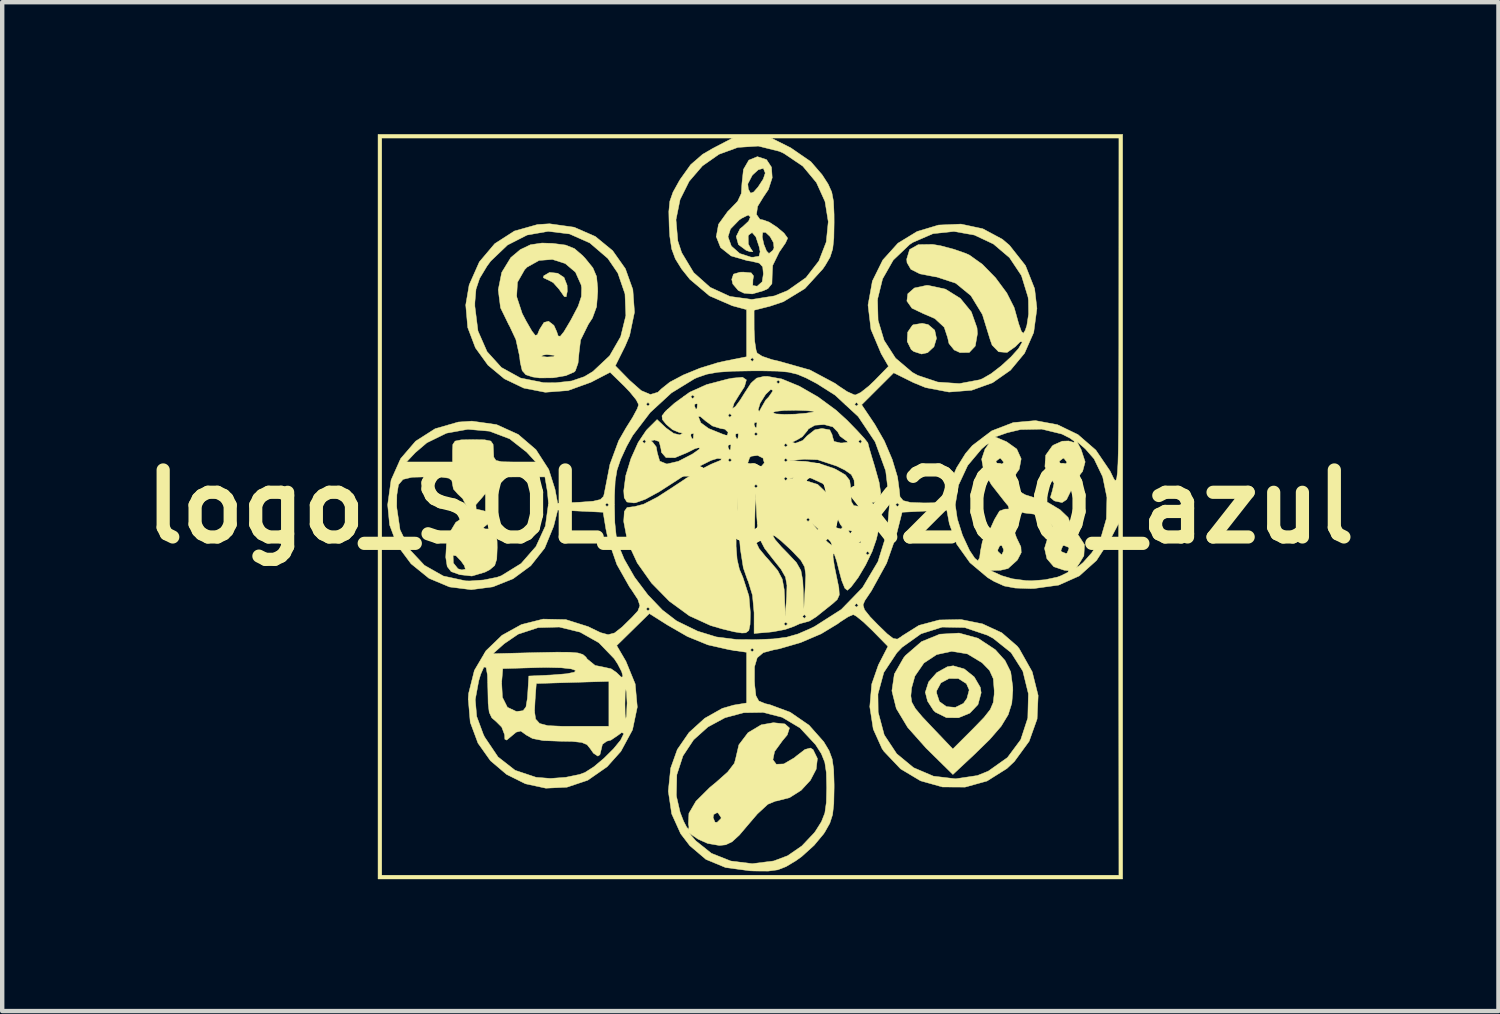
<source format=kicad_pcb>
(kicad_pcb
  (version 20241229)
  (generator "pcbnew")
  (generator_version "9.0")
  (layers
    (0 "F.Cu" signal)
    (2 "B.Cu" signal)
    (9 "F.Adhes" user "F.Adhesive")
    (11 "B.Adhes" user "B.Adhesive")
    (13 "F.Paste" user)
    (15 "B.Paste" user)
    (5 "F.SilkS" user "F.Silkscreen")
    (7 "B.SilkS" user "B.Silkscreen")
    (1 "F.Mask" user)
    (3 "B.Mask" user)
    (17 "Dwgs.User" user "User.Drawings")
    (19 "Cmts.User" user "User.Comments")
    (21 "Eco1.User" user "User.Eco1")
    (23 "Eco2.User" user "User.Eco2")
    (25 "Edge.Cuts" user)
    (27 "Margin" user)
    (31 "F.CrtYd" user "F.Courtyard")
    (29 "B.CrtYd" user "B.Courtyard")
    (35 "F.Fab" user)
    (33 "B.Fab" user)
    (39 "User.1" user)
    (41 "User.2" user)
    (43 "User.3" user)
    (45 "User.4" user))
  (footprint "logo_SOL_200x200_azul"
    (layer "F.Cu")
    (at 14.014 8.472)
    (property "Reference" "logo_SOL_200x200_azul" (at 0 0 0) (layer "F.SilkS") (effects (font (size 1.524 1.524) (thickness 0.3))))
    (attr through_hole)
    (fp_poly (pts (xy 4.043 -4.141) (xy 4.193 -4.013) (xy 4.233 -3.826) (xy 4.176 -3.637) (xy 4.032 -3.502) (xy 3.895 -3.471) (xy 3.717 -3.528) (xy 3.658 -3.573) (xy 3.567 -3.757) (xy 3.578 -3.968) (xy 3.685 -4.124) (xy 3.704 -4.136) (xy 3.907 -4.169) (xy 4.043 -4.141)) (stroke (width 0.01) (type solid)) (fill yes) (layer "F.SilkS"))
    (fp_poly (pts (xy -4.382 -5.308) (xy -4.237 -5.212) (xy -4.167 -5.033) (xy -4.163 -4.897) (xy -4.188 -4.773) (xy -4.231 -4.777) (xy -4.328 -4.914) (xy -4.341 -4.935) (xy -4.483 -5.095) (xy -4.617 -5.165) (xy -4.621 -5.165) (xy -4.707 -5.206) (xy -4.699 -5.249) (xy -4.566 -5.327) (xy -4.382 -5.308)) (stroke (width 0.01) (type solid)) (fill yes) (layer "F.SilkS"))
    (fp_poly (pts (xy 4.437 -4.947) (xy 4.776 -4.736) (xy 5.026 -4.43) (xy 5.155 -4.065) (xy 5.164 -3.933) (xy 5.115 -3.652) (xy 4.977 -3.505) (xy 4.766 -3.504) (xy 4.636 -3.563) (xy 4.517 -3.71) (xy 4.487 -3.843) (xy 4.409 -4.079) (xy 4.196 -4.277) (xy 3.931 -4.391) (xy 3.675 -4.513) (xy 3.56 -4.676) (xy 3.581 -4.842) (xy 3.731 -4.973) (xy 4.003 -5.031) (xy 4.047 -5.031) (xy 4.437 -4.947)) (stroke (width 0.01) (type solid)) (fill yes) (layer "F.SilkS"))
    (fp_poly (pts (xy 4.868 3.692) (xy 5.092 3.873) (xy 5.23 4.11) (xy 5.249 4.233) (xy 5.177 4.501) (xy 4.991 4.696) (xy 4.737 4.8) (xy 4.461 4.799) (xy 4.209 4.674) (xy 4.163 4.63) (xy 4.03 4.423) (xy 3.982 4.233) (xy 4.233 4.233) (xy 4.3 4.434) (xy 4.461 4.548) (xy 4.662 4.565) (xy 4.845 4.475) (xy 4.925 4.363) (xy 4.977 4.169) (xy 4.913 4.024) (xy 4.729 3.908) (xy 4.516 3.909) (xy 4.333 4.008) (xy 4.237 4.187) (xy 4.233 4.233) (xy 3.982 4.233) (xy 3.979 4.221) (xy 4.054 3.986) (xy 4.239 3.775) (xy 4.48 3.641) (xy 4.614 3.619) (xy 4.868 3.692)) (stroke (width 0.01) (type solid)) (fill yes) (layer "F.SilkS"))
    (fp_poly (pts (xy 5.178 2.993) (xy 5.571 3.253) (xy 5.792 3.499) (xy 5.921 3.758) (xy 5.968 4.106) (xy 5.969 4.182) (xy 5.946 4.471) (xy 5.864 4.731) (xy 5.704 4.994) (xy 5.446 5.292) (xy 5.08 5.649) (xy 4.606 6.091) (xy 3.997 5.492) (xy 3.578 5.021) (xy 3.319 4.59) (xy 3.247 4.303) (xy 3.65 4.303) (xy 3.671 4.445) (xy 3.752 4.591) (xy 3.912 4.782) (xy 4.112 4.994) (xy 4.605 5.511) (xy 5.075 5.041) (xy 5.315 4.793) (xy 5.456 4.613) (xy 5.524 4.454) (xy 5.545 4.269) (xy 5.546 4.183) (xy 5.525 3.913) (xy 5.439 3.724) (xy 5.269 3.549) (xy 4.935 3.348) (xy 4.58 3.29) (xy 4.238 3.364) (xy 3.947 3.556) (xy 3.742 3.854) (xy 3.667 4.123) (xy 3.65 4.303) (xy 3.247 4.303) (xy 3.219 4.188) (xy 3.275 3.807) (xy 3.486 3.437) (xy 3.527 3.386) (xy 3.892 3.07) (xy 4.308 2.9) (xy 4.747 2.875) (xy 5.178 2.993)) (stroke (width 0.01) (type solid)) (fill yes) (layer "F.SilkS"))
    (fp_poly (pts (xy -4.495 -5.987) (xy -4.201 -5.949) (xy -3.999 -5.868) (xy -3.812 -5.707) (xy -3.754 -5.645) (xy -3.581 -5.431) (xy -3.497 -5.234) (xy -3.472 -4.97) (xy -3.471 -4.886) (xy -3.497 -4.547) (xy -3.591 -4.289) (xy -3.683 -4.149) (xy -3.861 -3.788) (xy -3.895 -3.508) (xy -3.918 -3.265) (xy -3.978 -3.093) (xy -4 -3.066) (xy -4.196 -2.979) (xy -4.485 -2.93) (xy -4.796 -2.927) (xy -4.953 -2.95) (xy -5.106 -3) (xy -5.189 -3.094) (xy -5.233 -3.282) (xy -5.248 -3.418) (xy -4.753 -3.418) (xy -4.641 -3.404) (xy -4.614 -3.403) (xy -4.47 -3.412) (xy -4.457 -3.439) (xy -4.465 -3.442) (xy -4.633 -3.459) (xy -4.719 -3.445) (xy -4.753 -3.418) (xy -5.248 -3.418) (xy -5.25 -3.43) (xy -5.332 -3.801) (xy -5.48 -4.116) (xy -5.491 -4.132) (xy -5.681 -4.522) (xy -5.714 -4.778) (xy -5.315 -4.778) (xy -5.189 -4.394) (xy -5.101 -4.225) (xy -4.968 -3.994) (xy -4.891 -3.895) (xy -4.843 -3.91) (xy -4.798 -4.022) (xy -4.796 -4.027) (xy -4.693 -4.189) (xy -4.588 -4.216) (xy -4.467 -4.122) (xy -4.403 -3.98) (xy -4.37 -3.881) (xy -4.322 -3.875) (xy -4.239 -3.979) (xy -4.1 -4.212) (xy -4.073 -4.26) (xy -3.915 -4.561) (xy -3.842 -4.781) (xy -3.837 -4.977) (xy -3.848 -5.043) (xy -3.977 -5.332) (xy -4.21 -5.529) (xy -4.501 -5.622) (xy -4.805 -5.599) (xy -5.077 -5.447) (xy -5.133 -5.389) (xy -5.296 -5.103) (xy -5.315 -4.778) (xy -5.714 -4.778) (xy -5.733 -4.933) (xy -5.654 -5.327) (xy -5.448 -5.664) (xy -5.233 -5.845) (xy -5.001 -5.956) (xy -4.738 -5.995) (xy -4.495 -5.987)) (stroke (width 0.01) (type solid)) (fill yes) (layer "F.SilkS"))
    (fp_poly (pts (xy 0.368 -7.892) (xy 0.481 -7.719) (xy 0.497 -7.479) (xy 0.41 -7.212) (xy 0.296 -7.042) (xy 0.165 -6.828) (xy 0.139 -6.645) (xy 0.217 -6.535) (xy 0.294 -6.519) (xy 0.428 -6.471) (xy 0.606 -6.355) (xy 0.766 -6.22) (xy 0.845 -6.111) (xy 0.847 -6.101) (xy 0.799 -5.996) (xy 0.681 -5.824) (xy 0.66 -5.796) (xy 0.508 -5.485) (xy 0.497 -5.277) (xy 0.491 -5.071) (xy 0.4 -4.959) (xy 0.297 -4.911) (xy 0.044 -4.838) (xy -0.145 -4.855) (xy -0.275 -4.917) (xy -0.399 -5.064) (xy -0.423 -5.169) (xy -0.383 -5.288) (xy -0.235 -5.332) (xy -0.159 -5.334) (xy 0.02 -5.317) (xy 0.073 -5.246) (xy 0.059 -5.16) (xy 0.055 -5.029) (xy 0.155 -5.013) (xy 0.269 -5.114) (xy 0.296 -5.293) (xy 0.281 -5.453) (xy 0.205 -5.537) (xy 0.02 -5.582) (xy -0.067 -5.594) (xy -0.438 -5.702) (xy -0.677 -5.892) (xy -0.774 -6.137) (xy -0.508 -6.137) (xy -0.432 -5.926) (xy -0.241 -5.757) (xy 0.013 -5.675) (xy 0.063 -5.673) (xy 0.197 -5.695) (xy 0.223 -5.797) (xy 0.202 -5.905) (xy 0.126 -6.134) (xy 0.27 -6.134) (xy 0.307 -5.966) (xy 0.368 -5.814) (xy 0.423 -5.757) (xy 0.508 -5.824) (xy 0.538 -5.882) (xy 0.526 -6.004) (xy 0.448 -6.143) (xy 0.349 -6.237) (xy 0.282 -6.237) (xy 0.27 -6.134) (xy 0.126 -6.134) (xy 0.124 -6.138) (xy 0.04 -6.234) (xy -0.037 -6.179) (xy -0.049 -6.151) (xy -0.046 -5.972) (xy 0.002 -5.882) (xy 0.058 -5.797) (xy -0.009 -5.799) (xy -0.094 -5.828) (xy -0.271 -5.96) (xy -0.321 -6.143) (xy -0.235 -6.319) (xy -0.175 -6.366) (xy -0.039 -6.493) (xy 0 -6.588) (xy -0.047 -6.633) (xy -0.196 -6.559) (xy -0.254 -6.519) (xy -0.452 -6.315) (xy -0.508 -6.137) (xy -0.774 -6.137) (xy -0.775 -6.14) (xy -0.724 -6.422) (xy -0.514 -6.713) (xy -0.481 -6.744) (xy -0.289 -6.944) (xy -0.205 -7.123) (xy -0.192 -7.34) (xy -0.058 -7.34) (xy -0.046 -7.221) (xy 0.006 -7.129) (xy 0.076 -7.156) (xy 0.176 -7.27) (xy 0.293 -7.45) (xy 0.339 -7.587) (xy 0.296 -7.694) (xy 0.179 -7.661) (xy 0.045 -7.538) (xy -0.058 -7.34) (xy -0.192 -7.34) (xy -0.191 -7.353) (xy -0.191 -7.354) (xy -0.157 -7.669) (xy -0.035 -7.88) (xy 0.158 -7.959) (xy 0.163 -7.959) (xy 0.368 -7.892)) (stroke (width 0.01) (type solid)) (fill yes) (layer "F.SilkS"))
    (fp_poly (pts (xy 0.715 -2.904) (xy 1.113 -2.74) (xy 1.538 -2.496) (xy 1.948 -2.195) (xy 2.201 -1.964) (xy 2.422 -1.737) (xy 2.588 -1.557) (xy 2.669 -1.455) (xy 2.673 -1.447) (xy 2.699 -1.345) (xy 2.761 -1.133) (xy 2.821 -0.937) (xy 2.928 -0.557) (xy 2.966 -0.307) (xy 2.928 -0.162) (xy 2.812 -0.097) (xy 2.667 -0.085) (xy 2.474 -0.096) (xy 2.391 -0.162) (xy 2.371 -0.334) (xy 2.371 -0.409) (xy 2.359 -0.604) (xy 2.296 -0.73) (xy 2.144 -0.835) (xy 1.965 -0.923) (xy 1.531 -1.067) (xy 1.224 -1.079) (xy 0.889 -1.044) (xy 1.252 -1.03) (xy 1.572 -0.979) (xy 1.896 -0.871) (xy 1.951 -0.845) (xy 2.162 -0.722) (xy 2.259 -0.596) (xy 2.285 -0.403) (xy 2.286 -0.337) (xy 2.294 -0.121) (xy 2.351 -0.025) (xy 2.507 -0.001) (xy 2.625 0) (xy 2.821 0.014) (xy 2.932 0.075) (xy 2.965 0.214) (xy 2.931 0.462) (xy 2.865 0.746) (xy 2.77 1.019) (xy 2.622 1.326) (xy 2.451 1.614) (xy 2.289 1.829) (xy 2.207 1.902) (xy 2.148 1.854) (xy 2.078 1.68) (xy 2.025 1.482) (xy 1.963 1.236) (xy 1.91 1.082) (xy 1.89 1.058) (xy 2.625 1.058) (xy 2.667 1.101) (xy 2.709 1.058) (xy 2.667 1.016) (xy 2.625 1.058) (xy 1.89 1.058) (xy 1.884 1.051) (xy 1.881 1.147) (xy 1.912 1.356) (xy 1.956 1.571) (xy 2.013 1.845) (xy 2.023 2.007) (xy 1.977 2.111) (xy 1.869 2.209) (xy 1.858 2.217) (xy 1.655 2.379) (xy 1.502 2.502) (xy 1.347 2.6) (xy 1.263 2.625) (xy 1.124 2.662) (xy 0.99 2.723) (xy 0.788 2.794) (xy 0.515 2.845) (xy 0.445 2.853) (xy 0.085 2.884) (xy 0.085 2.667) (xy 0.762 2.667) (xy 0.804 2.709) (xy 0.847 2.667) (xy 0.804 2.625) (xy 0.762 2.667) (xy 0.085 2.667) (xy 0.085 2.411) (xy 0.048 2.012) (xy -0.05 1.693) (xy -0.064 1.668) (xy -0.16 1.391) (xy -0.228 0.957) (xy -0.257 0.587) (xy 0.097 0.587) (xy 0.122 0.792) (xy 0.198 0.953) (xy 0.346 1.133) (xy 0.423 1.218) (xy 0.622 1.452) (xy 0.726 1.649) (xy 0.769 1.882) (xy 0.778 2.041) (xy 0.793 2.498) (xy 1.185 2.498) (xy 1.228 2.54) (xy 1.27 2.498) (xy 1.228 2.455) (xy 1.185 2.498) (xy 0.793 2.498) (xy 0.825 2.049) (xy 0.833 1.789) (xy 0.799 1.602) (xy 0.697 1.422) (xy 0.517 1.196) (xy 0.325 0.949) (xy 0.218 0.742) (xy 0.2 0.655) (xy 0.508 0.655) (xy 0.564 0.75) (xy 0.709 0.917) (xy 0.847 1.058) (xy 1.047 1.271) (xy 1.15 1.452) (xy 1.192 1.681) (xy 1.201 1.859) (xy 1.217 2.328) (xy 1.248 1.83) (xy 1.26 1.554) (xy 1.235 1.372) (xy 1.149 1.22) (xy 0.974 1.035) (xy 0.894 0.956) (xy 0.697 0.775) (xy 0.558 0.667) (xy 0.508 0.655) (xy 0.2 0.655) (xy 0.167 0.498) (xy 0.158 0.381) (xy 1.412 0.381) (xy 1.616 0.645) (xy 1.753 0.804) (xy 1.845 0.876) (xy 1.858 0.875) (xy 1.828 0.802) (xy 1.705 0.662) (xy 1.654 0.611) (xy 1.575 0.536) (xy 2.227 0.536) (xy 2.264 0.604) (xy 2.325 0.674) (xy 2.467 0.817) (xy 2.516 0.828) (xy 2.488 0.726) (xy 2.374 0.591) (xy 2.305 0.553) (xy 2.227 0.536) (xy 1.575 0.536) (xy 1.412 0.381) (xy 0.158 0.381) (xy 0.152 0.296) (xy 1.27 0.296) (xy 1.312 0.339) (xy 1.355 0.296) (xy 1.312 0.254) (xy 1.27 0.296) (xy 0.152 0.296) (xy 0.148 0.248) (xy 0.117 -0.296) (xy 0.101 0.277) (xy 0.097 0.587) (xy -0.257 0.587) (xy -0.26 0.55) (xy -0.308 -0.296) (xy -0.323 0.49) (xy -0.324 0.904) (xy -0.301 1.198) (xy -0.249 1.422) (xy -0.169 1.609) (xy -0.032 2.034) (xy 0 2.41) (xy -0.006 2.678) (xy -0.035 2.818) (xy -0.104 2.869) (xy -0.191 2.874) (xy -0.37 2.846) (xy -0.645 2.779) (xy -0.905 2.703) (xy -1.387 2.483) (xy -1.843 2.15) (xy -2.247 1.738) (xy -2.572 1.279) (xy -2.791 0.805) (xy -2.878 0.349) (xy -2.879 0.318) (xy -2.866 0.109) (xy -2.804 0.02) (xy -2.656 0.00005) (xy -2.64 0) (xy -2.427 -0.056) (xy -2.115 -0.216) (xy -1.772 -0.437) (xy -1.729 -0.466) (xy -0.339 -0.466) (xy -0.296 -0.423) (xy -0.254 -0.466) (xy 0.085 -0.466) (xy 0.127 -0.423) (xy 0.169 -0.466) (xy 0.127 -0.508) (xy 0.085 -0.466) (xy -0.254 -0.466) (xy -0.296 -0.508) (xy -0.339 -0.466) (xy -1.729 -0.466) (xy -1.473 -0.635) (xy 0.762 -0.635) (xy 0.804 -0.593) (xy 0.847 -0.635) (xy 0.831 -0.65) (xy 0.889 -0.65) (xy 1.185 -0.615) (xy 1.531 -0.506) (xy 1.762 -0.286) (xy 1.86 0.025) (xy 1.863 0.085) (xy 1.884 0.35) (xy 1.957 0.48) (xy 2.063 0.508) (xy 2.094 0.465) (xy 2.049 0.406) (xy 1.975 0.253) (xy 1.945 0.047) (xy 1.866 -0.273) (xy 1.664 -0.518) (xy 1.376 -0.651) (xy 1.211 -0.664) (xy 0.889 -0.65) (xy 0.831 -0.65) (xy 0.804 -0.677) (xy 0.762 -0.635) (xy -1.473 -0.635) (xy -1.451 -0.65) (xy -1.144 -0.835) (xy -0.903 -0.96) (xy -0.847 -0.984) (xy -0.845 -0.985) (xy -0.061 -0.985) (xy -0.044 -0.934) (xy 0.08 -0.864) (xy 0.233 -0.896) (xy 0.318 -0.995) (xy 0.3 -1.058) (xy 0.762 -1.058) (xy 0.804 -1.016) (xy 0.847 -1.058) (xy 0.804 -1.101) (xy 0.762 -1.058) (xy 0.3 -1.058) (xy 0.288 -1.104) (xy 0.165 -1.165) (xy 0.023 -1.147) (xy -0.015 -1.119) (xy -0.061 -0.985) (xy -0.845 -0.985) (xy -0.676 -1.054) (xy -0.673 -1.058) (xy -0.508 -1.058) (xy -0.466 -1.016) (xy -0.423 -1.058) (xy -0.466 -1.101) (xy -0.508 -1.058) (xy -0.673 -1.058) (xy -0.657 -1.088) (xy -0.745 -1.097) (xy -0.893 -1.052) (xy -1.14 -0.928) (xy -1.447 -0.746) (xy -1.68 -0.593) (xy -2.071 -0.341) (xy -2.389 -0.168) (xy -2.61 -0.089) (xy -2.65 -0.085) (xy -2.807 -0.106) (xy -2.869 -0.204) (xy -2.879 -0.363) (xy -2.834 -0.704) (xy -2.716 -1.092) (xy -2.552 -1.458) (xy -2.536 -1.482) (xy -2.455 -1.482) (xy -2.413 -1.439) (xy -2.371 -1.482) (xy -2.385 -1.496) (xy -2.26 -1.496) (xy -2.223 -1.468) (xy -2.14 -1.359) (xy -2.117 -1.228) (xy -2.061 -1.035) (xy -1.899 -0.97) (xy -1.637 -1.031) (xy -1.318 -1.196) (xy -1.164 -1.305) (xy -1.149 -1.348) (xy -1.252 -1.322) (xy -1.439 -1.228) (xy -1.716 -1.113) (xy -1.918 -1.116) (xy -2.022 -1.235) (xy -2.032 -1.312) (xy -2.042 -1.355) (xy -0.508 -1.355) (xy -0.477 -1.285) (xy -0.452 -1.298) (xy -0.442 -1.397) (xy 0.762 -1.397) (xy 0.804 -1.355) (xy 0.847 -1.397) (xy 0.804 -1.439) (xy 0.762 -1.397) (xy -0.442 -1.397) (xy -0.441 -1.399) (xy -0.452 -1.411) (xy -0.502 -1.399) (xy -0.508 -1.355) (xy -2.042 -1.355) (xy -2.07 -1.468) (xy 0.957 -1.468) (xy 1.001 -1.447) (xy 1.036 -1.445) (xy 1.194 -1.506) (xy 1.29 -1.609) (xy 1.467 -1.748) (xy 1.629 -1.778) (xy 1.806 -1.746) (xy 1.862 -1.63) (xy 1.863 -1.609) (xy 1.903 -1.483) (xy 2.054 -1.448) (xy 2.095 -1.449) (xy 2.22 -1.466) (xy 2.205 -1.482) (xy 2.455 -1.482) (xy 2.498 -1.439) (xy 2.54 -1.482) (xy 2.498 -1.524) (xy 2.455 -1.482) (xy 2.205 -1.482) (xy 2.192 -1.495) (xy 2.184 -1.497) (xy 2.04 -1.603) (xy 1.988 -1.699) (xy 1.875 -1.815) (xy 1.678 -1.867) (xy 1.469 -1.852) (xy 1.32 -1.767) (xy 1.298 -1.729) (xy 1.182 -1.59) (xy 1.068 -1.522) (xy 0.957 -1.468) (xy -2.07 -1.468) (xy -2.073 -1.48) (xy -2.18 -1.517) (xy -2.26 -1.496) (xy -2.385 -1.496) (xy -2.413 -1.524) (xy -2.455 -1.482) (xy -2.536 -1.482) (xy -2.451 -1.609) (xy -1.355 -1.609) (xy -1.324 -1.539) (xy -1.298 -1.552) (xy -1.293 -1.609) (xy -0.339 -1.609) (xy -0.308 -1.539) (xy -0.282 -1.552) (xy -0.272 -1.651) (xy 0.085 -1.651) (xy 0.127 -1.609) (xy 0.169 -1.651) (xy 0.127 -1.693) (xy 0.085 -1.651) (xy -0.272 -1.651) (xy -0.272 -1.653) (xy -0.282 -1.665) (xy -0.333 -1.653) (xy -0.339 -1.609) (xy -1.293 -1.609) (xy -1.288 -1.653) (xy -1.298 -1.665) (xy -1.349 -1.653) (xy -1.355 -1.609) (xy -2.451 -1.609) (xy -2.368 -1.733) (xy -2.342 -1.761) (xy -2.121 -1.981) (xy -1.913 -1.786) (xy -1.742 -1.665) (xy -1.602 -1.632) (xy -1.594 -1.635) (xy -1.541 -1.674) (xy -1.617 -1.687) (xy -1.77 -1.751) (xy -1.913 -1.872) (xy -1.999 -1.979) (xy -2.008 -2.053) (xy -1.184 -2.053) (xy -1.127 -1.908) (xy -0.948 -1.777) (xy -0.626 -1.647) (xy -0.529 -1.615) (xy -0.509 -1.674) (xy -0.508 -1.693) (xy -0.579 -1.762) (xy -0.677 -1.778) (xy -0.862 -1.835) (xy -0.899 -1.863) (xy 0.085 -1.863) (xy 0.116 -1.793) (xy 0.141 -1.806) (xy 0.151 -1.907) (xy 0.141 -1.919) (xy 0.091 -1.907) (xy 0.085 -1.863) (xy -0.899 -1.863) (xy -1.016 -1.947) (xy -1.135 -2.048) (xy -1.184 -2.053) (xy -2.008 -2.053) (xy -2.009 -2.064) (xy -2.002 -2.074) (xy -0.508 -2.074) (xy -0.466 -2.032) (xy -0.423 -2.074) (xy -0.466 -2.117) (xy -0.508 -2.074) (xy -2.002 -2.074) (xy -1.954 -2.137) (xy 0.508 -2.137) (xy 0.583 -2.109) (xy 0.772 -2.098) (xy 1.02 -2.104) (xy 1.273 -2.126) (xy 1.439 -2.153) (xy 1.43 -2.169) (xy 1.284 -2.183) (xy 1.037 -2.192) (xy 0.763 -2.187) (xy 0.572 -2.166) (xy 0.508 -2.137) (xy -1.954 -2.137) (xy -1.927 -2.172) (xy -1.894 -2.201) (xy 0.177 -2.201) (xy 0.202 -2.163) (xy 0.253 -2.256) (xy 0.349 -2.424) (xy 0.417 -2.494) (xy 0.502 -2.617) (xy 0.506 -2.651) (xy 0.462 -2.663) (xy 0.356 -2.562) (xy 0.339 -2.54) (xy 0.222 -2.352) (xy 0.177 -2.201) (xy -1.894 -2.201) (xy -1.799 -2.286) (xy -1.27 -2.286) (xy -1.239 -2.216) (xy -1.214 -2.23) (xy -1.203 -2.33) (xy -1.214 -2.342) (xy -1.264 -2.331) (xy -1.27 -2.286) (xy -1.799 -2.286) (xy -1.734 -2.345) (xy -1.717 -2.359) (xy -1.525 -2.498) (xy -1.355 -2.498) (xy -1.312 -2.455) (xy -1.27 -2.498) (xy -1.312 -2.54) (xy -1.355 -2.498) (xy -1.525 -2.498) (xy -1.381 -2.602) (xy -0.997 -2.775) (xy -0.51 -2.903) (xy -0.402 -2.923) (xy -0.178 -2.943) (xy -0.09 -2.883) (xy -0.133 -2.73) (xy -0.263 -2.527) (xy -0.37 -2.353) (xy -0.405 -2.244) (xy -0.401 -2.235) (xy -0.339 -2.277) (xy -0.226 -2.431) (xy -0.134 -2.579) (xy 0.015 -2.808) (xy 0.046 -2.836) (xy 0.593 -2.836) (xy 0.635 -2.794) (xy 0.677 -2.836) (xy 0.635 -2.879) (xy 0.593 -2.836) (xy 0.046 -2.836) (xy 0.143 -2.923) (xy 0.303 -2.961) (xy 0.387 -2.963) (xy 0.715 -2.904)) (stroke (width 0.01) (type solid)) (fill yes) (layer "F.SilkS"))
    (fp_poly (pts (xy 8.467 8.467) (xy -8.467 8.467) (xy -8.467 -8.382) (xy -8.382 -8.382) (xy -8.382 8.382) (xy 8.382 8.382) (xy 8.375 0.381) (xy 8.199 0.72) (xy 7.872 1.224) (xy 7.481 1.575) (xy 7.012 1.784) (xy 6.447 1.862) (xy 6.37 1.863) (xy 6.024 1.851) (xy 5.773 1.804) (xy 5.544 1.701) (xy 5.397 1.613) (xy 5.207 1.453) (xy 5.461 1.453) (xy 5.715 1.569) (xy 5.956 1.64) (xy 6.265 1.681) (xy 6.392 1.686) (xy 6.701 1.662) (xy 6.983 1.602) (xy 7.07 1.569) (xy 7.225 1.491) (xy 7.235 1.456) (xy 7.139 1.446) (xy 6.901 1.366) (xy 6.744 1.183) (xy 6.701 0.996) (xy 7.063 0.996) (xy 7.074 1.023) (xy 7.177 1.065) (xy 7.204 1.054) (xy 7.246 0.951) (xy 7.235 0.924) (xy 7.132 0.882) (xy 7.105 0.893) (xy 7.063 0.996) (xy 6.701 0.996) (xy 6.69 0.948) (xy 6.761 0.715) (xy 6.819 0.644) (xy 6.898 0.537) (xy 6.862 0.435) (xy 6.776 0.342) (xy 6.594 0.214) (xy 6.442 0.169) (xy 6.234 0.144) (xy 6.153 0.121) (xy 6.028 0.135) (xy 5.965 0.266) (xy 5.971 0.47) (xy 6.052 0.705) (xy 6.06 0.721) (xy 6.153 0.915) (xy 6.16 1.046) (xy 6.082 1.196) (xy 6.067 1.22) (xy 5.86 1.407) (xy 5.692 1.446) (xy 5.461 1.453) (xy 5.207 1.453) (xy 4.994 1.274) (xy 4.692 0.851) (xy 4.526 0.39) (xy 4.525 0.388) (xy 4.467 0.077) (xy 3.959 0.102) (xy 3.451 0.127) (xy 3.312 0.677) (xy 3.098 1.288) (xy 2.754 1.913) (xy 2.603 2.137) (xy 2.563 2.234) (xy 2.596 2.344) (xy 2.723 2.504) (xy 2.897 2.683) (xy 3.113 2.893) (xy 3.248 2.997) (xy 3.342 3.013) (xy 3.429 2.959) (xy 3.45 2.941) (xy 3.834 2.7) (xy 4.295 2.577) (xy 4.79 2.567) (xy 5.278 2.665) (xy 5.718 2.868) (xy 6.068 3.171) (xy 6.114 3.229) (xy 6.41 3.756) (xy 6.545 4.295) (xy 6.521 4.829) (xy 6.34 5.336) (xy 6.004 5.796) (xy 5.834 5.956) (xy 5.382 6.24) (xy 4.883 6.378) (xy 4.369 6.375) (xy 3.87 6.235) (xy 3.417 5.964) (xy 3.039 5.566) (xy 2.995 5.503) (xy 2.795 5.059) (xy 2.716 4.55) (xy 2.741 4.261) (xy 2.902 4.261) (xy 2.907 4.674) (xy 3.045 5.191) (xy 3.328 5.619) (xy 3.713 5.937) (xy 4.164 6.129) (xy 4.667 6.189) (xy 5.163 6.115) (xy 5.411 6.015) (xy 5.847 5.706) (xy 6.149 5.299) (xy 6.31 4.806) (xy 6.323 4.254) (xy 6.196 3.739) (xy 5.929 3.319) (xy 5.521 2.993) (xy 5.392 2.924) (xy 4.873 2.749) (xy 4.363 2.739) (xy 3.882 2.891) (xy 3.45 3.199) (xy 3.331 3.324) (xy 3.035 3.771) (xy 2.902 4.261) (xy 2.741 4.261) (xy 2.761 4.034) (xy 2.912 3.6) (xy 3.129 3.178) (xy 2.775 2.817) (xy 2.573 2.624) (xy 2.412 2.493) (xy 2.34 2.455) (xy 2.227 2.503) (xy 2.044 2.621) (xy 1.985 2.665) (xy 1.61 2.892) (xy 1.141 3.092) (xy 0.655 3.233) (xy 0.529 3.257) (xy 0.294 3.32) (xy 0.156 3.437) (xy 0.095 3.641) (xy 0.094 3.968) (xy 0.1 4.067) (xy 0.127 4.301) (xy 0.193 4.42) (xy 0.342 4.481) (xy 0.444 4.504) (xy 0.906 4.675) (xy 1.335 4.97) (xy 1.671 5.349) (xy 1.671 5.35) (xy 1.791 5.55) (xy 1.861 5.74) (xy 1.895 5.977) (xy 1.905 6.316) (xy 1.905 6.392) (xy 1.898 6.755) (xy 1.87 7.005) (xy 1.807 7.2) (xy 1.697 7.395) (xy 1.668 7.44) (xy 1.45 7.702) (xy 1.167 7.958) (xy 1.033 8.054) (xy 0.812 8.186) (xy 0.624 8.259) (xy 0.407 8.288) (xy 0.1 8.286) (xy -0.006 8.282) (xy -0.563 8.207) (xy -1.01 8.022) (xy -1.377 7.71) (xy -1.585 7.438) (xy -1.789 6.986) (xy -1.85 6.576) (xy -1.683 6.576) (xy -1.597 6.951) (xy -1.519 7.152) (xy -1.447 7.291) (xy -1.399 7.34) (xy -1.397 7.272) (xy -1.409 7.218) (xy -1.402 7.07) (xy -0.847 7.07) (xy -0.804 7.175) (xy -0.756 7.18) (xy -0.668 7.093) (xy -0.665 7.07) (xy -0.731 6.97) (xy -0.756 6.959) (xy -0.833 7) (xy -0.847 7.07) (xy -1.402 7.07) (xy -1.397 6.974) (xy -1.237 6.699) (xy -0.922 6.386) (xy -0.783 6.272) (xy -0.515 6.034) (xy -0.364 5.837) (xy -0.339 5.75) (xy -0.261 5.416) (xy -0.053 5.141) (xy 0.246 4.962) (xy 0.524 4.913) (xy 0.786 4.941) (xy 0.89 5.034) (xy 0.839 5.192) (xy 0.729 5.324) (xy 0.551 5.569) (xy 0.513 5.755) (xy 0.59 5.858) (xy 0.761 5.851) (xy 1.002 5.71) (xy 1.045 5.673) (xy 1.242 5.522) (xy 1.367 5.489) (xy 1.426 5.524) (xy 1.525 5.727) (xy 1.497 5.971) (xy 1.365 6.224) (xy 1.155 6.451) (xy 0.891 6.618) (xy 0.596 6.694) (xy 0.576 6.695) (xy 0.397 6.769) (xy 0.159 6.989) (xy -0.024 7.203) (xy -0.248 7.467) (xy -0.414 7.62) (xy -0.56 7.69) (xy -0.704 7.705) (xy -0.971 7.659) (xy -1.188 7.562) (xy -1.397 7.42) (xy -1.24 7.6) (xy -0.887 7.883) (xy -0.444 8.059) (xy 0.045 8.119) (xy 0.533 8.057) (xy 0.849 7.938) (xy 1.172 7.715) (xy 1.453 7.418) (xy 1.481 7.38) (xy 1.617 7.164) (xy 1.694 6.968) (xy 1.728 6.727) (xy 1.736 6.392) (xy 1.728 6.049) (xy 1.693 5.813) (xy 1.615 5.619) (xy 1.482 5.411) (xy 1.128 5.031) (xy 0.724 4.79) (xy 0.29 4.679) (xy -0.151 4.686) (xy -0.576 4.8) (xy -0.963 5.009) (xy -1.29 5.302) (xy -1.533 5.669) (xy -1.672 6.097) (xy -1.683 6.576) (xy -1.85 6.576) (xy -1.866 6.471) (xy -1.812 5.946) (xy -1.661 5.523) (xy -1.395 5.137) (xy -1.038 4.813) (xy -0.639 4.588) (xy -0.379 4.513) (xy -0.085 4.465) (xy -0.085 3.312) (xy -0.436 3.26) (xy 0 3.26) (xy 0.042 3.302) (xy 0.085 3.26) (xy 0.042 3.217) (xy 0 3.26) (xy -0.436 3.26) (xy -0.485 3.252) (xy -0.966 3.143) (xy -1.431 2.953) (xy -1.889 2.689) (xy -2.297 2.431) (xy -3.039 3.159) (xy -2.829 3.518) (xy -2.619 4.031) (xy -2.571 4.557) (xy -2.68 5.076) (xy -2.944 5.565) (xy -3.257 5.915) (xy -3.698 6.222) (xy -4.17 6.38) (xy -4.65 6.403) (xy -5.116 6.302) (xy -5.544 6.089) (xy -5.911 5.777) (xy -6.194 5.378) (xy -6.37 4.904) (xy -6.414 4.388) (xy -6.256 4.388) (xy -6.223 4.771) (xy -6.071 5.182) (xy -6.041 5.242) (xy -5.738 5.692) (xy -5.349 5.996) (xy -4.873 6.155) (xy -4.547 6.181) (xy -4.198 6.155) (xy -3.883 6.09) (xy -3.761 6.045) (xy -3.559 5.916) (xy -3.329 5.723) (xy -3.112 5.507) (xy -2.949 5.308) (xy -2.879 5.165) (xy -2.879 5.158) (xy -2.926 5.137) (xy -3.012 5.201) (xy -3.171 5.309) (xy -3.266 5.334) (xy -3.364 5.405) (xy -3.387 5.503) (xy -3.421 5.641) (xy -3.468 5.673) (xy -3.568 5.607) (xy -3.641 5.503) (xy -3.713 5.413) (xy -3.835 5.362) (xy -4.049 5.339) (xy -4.335 5.334) (xy -4.71 5.32) (xy -4.953 5.273) (xy -5.095 5.194) (xy -5.22 5.103) (xy -5.324 5.128) (xy -5.419 5.207) (xy -5.541 5.309) (xy -5.583 5.289) (xy -5.588 5.188) (xy -5.654 5.014) (xy -5.779 4.889) (xy -5.88 4.802) (xy -5.938 4.678) (xy -5.941 4.657) (xy -4.908 4.657) (xy -4.883 4.831) (xy -4.792 4.931) (xy -4.606 4.98) (xy -4.297 4.994) (xy -4.024 4.995) (xy -3.217 4.995) (xy -3.217 4.487) (xy -2.852 4.487) (xy -2.847 4.72) (xy -2.836 4.824) (xy -2.82 4.779) (xy -2.817 4.763) (xy -2.803 4.466) (xy -2.817 4.212) (xy -2.834 4.148) (xy -2.846 4.235) (xy -2.851 4.453) (xy -2.852 4.487) (xy -3.217 4.487) (xy -3.217 3.973) (xy -4.043 3.997) (xy -4.868 4.022) (xy -4.895 4.391) (xy -4.908 4.657) (xy -5.941 4.657) (xy -5.963 4.473) (xy -5.969 4.168) (xy -5.974 3.997) (xy -5.656 3.997) (xy -5.638 4.336) (xy -5.525 4.562) (xy -5.328 4.655) (xy -5.293 4.657) (xy -5.168 4.639) (xy -5.103 4.555) (xy -5.071 4.362) (xy -5.063 4.255) (xy -5.038 3.852) (xy -4.508 3.827) (xy -4.177 3.8) (xy -4.001 3.764) (xy -3.972 3.725) (xy -4.075 3.689) (xy -4.301 3.664) (xy -4.637 3.656) (xy -4.805 3.659) (xy -5.63 3.683) (xy -5.656 3.997) (xy -5.974 3.997) (xy -5.979 3.827) (xy -6.01 3.654) (xy -6.06 3.648) (xy -6.132 3.811) (xy -6.177 3.961) (xy -6.256 4.388) (xy -6.414 4.388) (xy -6.416 4.367) (xy -6.407 4.247) (xy -6.276 3.724) (xy -6.052 3.344) (xy -5.853 3.344) (xy -4.835 3.318) (xy -4.403 3.309) (xy -4.109 3.311) (xy -3.921 3.327) (xy -3.809 3.362) (xy -3.74 3.421) (xy -3.709 3.466) (xy -3.53 3.611) (xy -3.377 3.641) (xy -3.167 3.687) (xy -3.046 3.77) (xy -2.935 3.878) (xy -2.897 3.863) (xy -2.926 3.753) (xy -3.018 3.576) (xy -3.096 3.457) (xy -3.445 3.095) (xy -3.872 2.854) (xy -4.345 2.738) (xy -4.826 2.751) (xy -5.28 2.9) (xy -5.597 3.116) (xy -5.853 3.344) (xy -6.052 3.344) (xy -6.014 3.279) (xy -5.648 2.926) (xy -5.206 2.681) (xy -4.713 2.557) (xy -4.197 2.568) (xy -3.684 2.73) (xy -3.649 2.748) (xy -3.406 2.865) (xy -3.235 2.911) (xy -3.089 2.873) (xy -2.917 2.738) (xy -2.689 2.514) (xy -2.557 2.37) (xy -2.541 2.328) (xy -2.371 2.328) (xy -2.328 2.371) (xy -2.286 2.328) (xy -2.328 2.286) (xy -2.371 2.328) (xy -2.541 2.328) (xy -2.512 2.253) (xy -2.557 2.111) (xy -2.697 1.897) (xy -2.751 1.82) (xy -3.036 1.315) (xy -3.236 0.739) (xy -3.285 0.508) (xy -3.348 0.127) (xy -3.865 0.102) (xy -4.381 0.077) (xy -4.473 0.445) (xy -4.677 0.943) (xy -4.994 1.344) (xy -5.396 1.64) (xy -5.857 1.824) (xy -6.348 1.888) (xy -6.841 1.826) (xy -7.308 1.63) (xy -7.716 1.299) (xy -8.034 0.872) (xy -8.204 0.415) (xy -8.243 0.01) (xy -8.043 0.01) (xy -7.966 0.527) (xy -7.748 0.976) (xy -7.412 1.334) (xy -6.981 1.578) (xy -6.477 1.687) (xy -6.382 1.69) (xy -6.062 1.667) (xy -5.761 1.606) (xy -5.662 1.571) (xy -5.214 1.294) (xy -4.875 0.906) (xy -4.661 0.439) (xy -4.595 -0.042) (xy -3.302 -0.042) (xy -3.26 0) (xy -3.217 -0.042) (xy -3.219 -0.044) (xy -3.09 -0.044) (xy -3.082 0.362) (xy -3.051 0.66) (xy -2.985 0.913) (xy -2.874 1.181) (xy -2.865 1.2) (xy -2.632 1.606) (xy -2.33 2.006) (xy -2 2.351) (xy -1.685 2.593) (xy -1.655 2.61) (xy -1.198 2.832) (xy -0.772 2.963) (xy -0.309 3.021) (xy 0.129 3.024) (xy 0.529 3.007) (xy 0.825 2.969) (xy 1.084 2.895) (xy 1.371 2.77) (xy 1.459 2.727) (xy 2.067 2.339) (xy 2.16 2.244) (xy 2.371 2.244) (xy 2.413 2.286) (xy 2.455 2.244) (xy 2.413 2.201) (xy 2.371 2.244) (xy 2.16 2.244) (xy 2.551 1.841) (xy 2.902 1.25) (xy 3.11 0.581) (xy 3.163 -0.042) (xy 3.302 -0.042) (xy 3.344 0) (xy 3.387 -0.042) (xy 4.66 -0.042) (xy 4.707 0.278) (xy 4.825 0.651) (xy 4.986 0.997) (xy 5.104 1.173) (xy 5.175 1.231) (xy 5.214 1.16) (xy 5.233 1.009) (xy 5.237 0.991) (xy 5.622 0.991) (xy 5.634 1.022) (xy 5.716 1.097) (xy 5.756 1.011) (xy 5.757 0.969) (xy 5.716 0.881) (xy 5.671 0.89) (xy 5.622 0.991) (xy 5.237 0.991) (xy 5.278 0.787) (xy 5.354 0.641) (xy 5.36 0.635) (xy 5.459 0.498) (xy 5.55 0.296) (xy 5.666 0.1) (xy 5.79 0.055) (xy 5.888 0.054) (xy 5.875 -0.004) (xy 5.784 -0.114) (xy 5.478 -0.505) (xy 5.306 -0.82) (xy 5.272 -1.016) (xy 5.588 -1.016) (xy 5.652 -0.934) (xy 5.673 -0.931) (xy 5.755 -0.996) (xy 5.757 -1.016) (xy 5.693 -1.098) (xy 5.673 -1.101) (xy 5.59 -1.036) (xy 5.588 -1.016) (xy 5.272 -1.016) (xy 5.26 -1.08) (xy 5.336 -1.307) (xy 5.396 -1.39) (xy 5.429 -1.445) (xy 5.353 -1.394) (xy 5.258 -1.312) (xy 4.943 -0.937) (xy 4.735 -0.491) (xy 4.66 -0.042) (xy 3.387 -0.042) (xy 3.344 -0.085) (xy 3.302 -0.042) (xy 3.163 -0.042) (xy 3.166 -0.085) (xy 3.078 -0.814) (xy 2.838 -1.473) (xy 2.452 -2.05) (xy 2.151 -2.328) (xy 2.371 -2.328) (xy 2.413 -2.286) (xy 2.455 -2.328) (xy 2.413 -2.371) (xy 2.371 -2.328) (xy 2.151 -2.328) (xy 1.927 -2.536) (xy 1.51 -2.8) (xy 1.266 -2.928) (xy 1.068 -3.011) (xy 0.868 -3.059) (xy 0.619 -3.082) (xy 0.273 -3.088) (xy 0.042 -3.088) (xy -0.411 -3.08) (xy -0.74 -3.057) (xy -0.989 -3.012) (xy -1.204 -2.938) (xy -1.27 -2.909) (xy -1.794 -2.587) (xy -2.277 -2.142) (xy -2.674 -1.621) (xy -2.813 -1.372) (xy -2.949 -1.077) (xy -3.032 -0.834) (xy -3.074 -0.58) (xy -3.089 -0.25) (xy -3.09 -0.044) (xy -3.219 -0.044) (xy -3.26 -0.085) (xy -3.302 -0.042) (xy -4.595 -0.042) (xy -4.591 -0.075) (xy -4.615 -0.341) (xy -4.672 -0.677) (xy -5.299 -0.677) (xy -5.623 -0.673) (xy -5.812 -0.653) (xy -5.902 -0.609) (xy -5.926 -0.533) (xy -5.927 -0.521) (xy -5.986 -0.349) (xy -6.096 -0.212) (xy -6.242 -0.044) (xy -6.235 0.056) (xy -6.101 0.085) (xy -5.923 0.134) (xy -5.872 0.252) (xy -5.967 0.39) (xy -5.972 0.394) (xy -6.076 0.48) (xy -6.032 0.506) (xy -5.943 0.508) (xy -5.832 0.526) (xy -5.777 0.609) (xy -5.759 0.799) (xy -5.757 0.933) (xy -5.767 1.191) (xy -5.814 1.339) (xy -5.928 1.435) (xy -6.036 1.49) (xy -6.332 1.578) (xy -6.607 1.547) (xy -6.804 1.477) (xy -6.894 1.361) (xy -6.927 1.151) (xy -6.925 1.111) (xy -6.76 1.111) (xy -6.754 1.282) (xy -6.648 1.413) (xy -6.56 1.439) (xy -6.48 1.422) (xy -6.504 1.342) (xy -6.579 1.236) (xy -6.692 1.117) (xy -6.759 1.108) (xy -6.76 1.111) (xy -6.925 1.111) (xy -6.911 0.852) (xy -6.827 0.572) (xy -6.699 0.358) (xy -6.547 0.256) (xy -6.52 0.254) (xy -6.415 0.233) (xy -6.404 0.14) (xy -6.445 0.007) (xy -6.543 -0.184) (xy -6.652 -0.287) (xy -6.752 -0.4) (xy -6.773 -0.505) (xy -6.789 -0.596) (xy -6.86 -0.648) (xy -7.023 -0.671) (xy -7.315 -0.677) (xy -7.357 -0.677) (xy -7.695 -0.669) (xy -7.899 -0.62) (xy -8.002 -0.498) (xy -8.039 -0.267) (xy -8.043 0.01) (xy -8.243 0.01) (xy -8.248 -0.042) (xy -8.17 -0.605) (xy -7.987 -1.016) (xy -7.819 -1.016) (xy -6.773 -1.016) (xy -6.773 -1.27) (xy -6.766 -1.415) (xy -6.714 -1.491) (xy -6.578 -1.519) (xy -6.315 -1.524) (xy -6.308 -1.524) (xy -6.041 -1.52) (xy -5.903 -1.492) (xy -5.85 -1.417) (xy -5.842 -1.274) (xy -5.842 -1.27) (xy -5.835 -1.126) (xy -5.785 -1.051) (xy -5.652 -1.021) (xy -5.396 -1.016) (xy -5.362 -1.016) (xy -4.881 -1.016) (xy -5.086 -1.239) (xy -5.474 -1.543) (xy -5.932 -1.716) (xy -6.423 -1.759) (xy -6.91 -1.671) (xy -7.356 -1.453) (xy -7.621 -1.227) (xy -7.819 -1.016) (xy -7.987 -1.016) (xy -7.952 -1.093) (xy -7.612 -1.489) (xy -7.169 -1.772) (xy -6.642 -1.924) (xy -6.332 -1.945) (xy -5.772 -1.866) (xy -5.28 -1.643) (xy -4.876 -1.297) (xy -4.585 -0.846) (xy -4.442 -0.395) (xy -4.382 -0.077) (xy -3.864 -0.102) (xy -3.573 -0.124) (xy -3.411 -0.162) (xy -3.339 -0.233) (xy -3.323 -0.296) (xy -3.193 -0.963) (xy -2.995 -1.499) (xy -2.83 -1.787) (xy -2.676 -2.032) (xy -2.571 -2.228) (xy -2.54 -2.32) (xy -2.544 -2.328) (xy -2.371 -2.328) (xy -2.328 -2.286) (xy -2.286 -2.328) (xy -2.328 -2.371) (xy -2.371 -2.328) (xy -2.544 -2.328) (xy -2.597 -2.432) (xy -2.742 -2.61) (xy -2.864 -2.738) (xy -3.189 -3.055) (xy -3.627 -2.828) (xy -4.148 -2.64) (xy -4.663 -2.601) (xy -5.152 -2.696) (xy -5.593 -2.907) (xy -5.967 -3.218) (xy -6.252 -3.612) (xy -6.427 -4.073) (xy -6.47 -4.559) (xy -6.265 -4.559) (xy -6.194 -3.995) (xy -5.988 -3.526) (xy -5.661 -3.165) (xy -5.226 -2.925) (xy -4.696 -2.819) (xy -4.433 -2.817) (xy -4.061 -2.859) (xy -3.776 -2.956) (xy -3.58 -3.074) (xy -3.2 -3.431) (xy -2.949 -3.866) (xy -2.831 -4.346) (xy -2.851 -4.839) (xy -3.013 -5.311) (xy -3.241 -5.645) (xy -3.651 -5.997) (xy -4.113 -6.202) (xy -4.597 -6.261) (xy -5.076 -6.177) (xy -5.522 -5.95) (xy -5.905 -5.584) (xy -5.99 -5.468) (xy -6.157 -5.191) (xy -6.239 -4.946) (xy -6.265 -4.642) (xy -6.265 -4.559) (xy -6.47 -4.559) (xy -6.473 -4.584) (xy -6.395 -5.042) (xy -6.163 -5.566) (xy -5.813 -5.98) (xy -5.366 -6.268) (xy -4.84 -6.416) (xy -4.566 -6.433) (xy -4.008 -6.355) (xy -3.525 -6.144) (xy -3.131 -5.821) (xy -2.842 -5.411) (xy -2.672 -4.937) (xy -2.635 -4.422) (xy -2.746 -3.889) (xy -2.847 -3.651) (xy -3.07 -3.204) (xy -2.745 -2.872) (xy -2.481 -2.639) (xy -2.273 -2.551) (xy -2.102 -2.602) (xy -2.021 -2.68) (xy -1.831 -2.832) (xy -1.523 -2.995) (xy -1.146 -3.149) (xy -0.748 -3.272) (xy -0.572 -3.312) (xy -0.409 -3.344) (xy 0 -3.344) (xy 0.042 -3.302) (xy 0.085 -3.344) (xy 0.042 -3.387) (xy 0 -3.344) (xy -0.409 -3.344) (xy -0.085 -3.409) (xy -0.085 -3.945) (xy -0.085 -4.467) (xy 0.085 -4.467) (xy 0.086 -4.033) (xy 0.099 -3.762) (xy 0.131 -3.556) (xy 0.154 -3.493) (xy 0.27 -3.419) (xy 0.494 -3.343) (xy 0.656 -3.306) (xy 1.356 -3.108) (xy 1.929 -2.802) (xy 2.001 -2.749) (xy 2.202 -2.616) (xy 2.362 -2.544) (xy 2.39 -2.54) (xy 2.511 -2.597) (xy 2.695 -2.743) (xy 2.824 -2.866) (xy 3.142 -3.192) (xy 2.975 -3.48) (xy 2.743 -4.03) (xy 2.676 -4.585) (xy 2.7 -4.714) (xy 2.892 -4.714) (xy 2.905 -4.237) (xy 3.042 -3.781) (xy 3.302 -3.377) (xy 3.683 -3.054) (xy 3.808 -2.985) (xy 4.263 -2.833) (xy 4.755 -2.799) (xy 5.214 -2.885) (xy 5.28 -2.911) (xy 5.477 -3.025) (xy 5.707 -3.203) (xy 5.929 -3.407) (xy 6.1 -3.597) (xy 6.179 -3.734) (xy 6.181 -3.748) (xy 6.137 -3.75) (xy 6.031 -3.644) (xy 6.027 -3.639) (xy 5.838 -3.506) (xy 5.646 -3.522) (xy 5.498 -3.673) (xy 5.455 -3.794) (xy 5.277 -4.37) (xy 5.016 -4.798) (xy 4.671 -5.081) (xy 4.24 -5.223) (xy 4.206 -5.227) (xy 3.857 -5.294) (xy 3.651 -5.397) (xy 3.563 -5.549) (xy 3.556 -5.63) (xy 3.622 -5.848) (xy 3.819 -5.959) (xy 4.145 -5.964) (xy 4.328 -5.933) (xy 4.628 -5.854) (xy 4.897 -5.76) (xy 4.983 -5.721) (xy 5.277 -5.511) (xy 5.576 -5.205) (xy 5.832 -4.859) (xy 5.998 -4.531) (xy 6.015 -4.474) (xy 6.104 -4.156) (xy 6.165 -3.984) (xy 6.209 -3.942) (xy 6.252 -4.012) (xy 6.288 -4.121) (xy 6.328 -4.38) (xy 6.324 -4.688) (xy 6.315 -4.766) (xy 6.165 -5.255) (xy 5.894 -5.662) (xy 5.528 -5.973) (xy 5.097 -6.176) (xy 4.63 -6.259) (xy 4.154 -6.208) (xy 3.698 -6.011) (xy 3.623 -5.962) (xy 3.25 -5.607) (xy 3.007 -5.18) (xy 2.892 -4.714) (xy 2.7 -4.714) (xy 2.775 -5.13) (xy 3.011 -5.608) (xy 3.356 -5.991) (xy 3.791 -6.257) (xy 4.28 -6.404) (xy 4.79 -6.426) (xy 5.286 -6.32) (xy 5.732 -6.081) (xy 5.893 -5.944) (xy 6.257 -5.482) (xy 6.465 -4.957) (xy 6.517 -4.508) (xy 6.444 -3.962) (xy 6.236 -3.489) (xy 5.916 -3.103) (xy 5.507 -2.817) (xy 5.033 -2.647) (xy 4.518 -2.606) (xy 3.985 -2.708) (xy 3.707 -2.822) (xy 3.26 -3.044) (xy 2.895 -2.68) (xy 2.531 -2.317) (xy 2.83 -1.872) (xy 3.047 -1.494) (xy 3.226 -1.075) (xy 3.347 -0.675) (xy 3.387 -0.38) (xy 3.403 -0.226) (xy 3.476 -0.137) (xy 3.642 -0.096) (xy 3.936 -0.085) (xy 3.993 -0.085) (xy 4.271 -0.09) (xy 4.419 -0.117) (xy 4.479 -0.181) (xy 4.489 -0.275) (xy 4.546 -0.554) (xy 4.692 -0.886) (xy 4.893 -1.208) (xy 5.047 -1.388) (xy 5.306 -1.585) (xy 5.568 -1.585) (xy 5.829 -1.475) (xy 6.059 -1.31) (xy 6.159 -1.088) (xy 6.115 -0.852) (xy 6.046 -0.754) (xy 5.948 -0.566) (xy 6.017 -0.404) (xy 6.253 -0.269) (xy 6.471 -0.201) (xy 6.779 -0.088) (xy 7.044 0.071) (xy 7.226 0.245) (xy 7.281 0.383) (xy 7.339 0.509) (xy 7.451 0.635) (xy 7.599 0.864) (xy 7.585 1.118) (xy 7.472 1.306) (xy 7.413 1.387) (xy 7.471 1.352) (xy 7.568 1.27) (xy 7.764 1.05) (xy 7.94 0.777) (xy 7.968 0.72) (xy 8.097 0.273) (xy 8.109 -0.209) (xy 8.013 -0.678) (xy 7.817 -1.086) (xy 7.62 -1.312) (xy 7.426 -1.482) (xy 7.523 -1.297) (xy 7.614 -1.018) (xy 7.556 -0.802) (xy 7.511 -0.747) (xy 7.404 -0.593) (xy 7.294 -0.372) (xy 7.289 -0.36) (xy 7.191 -0.16) (xy 7.089 -0.093) (xy 6.93 -0.127) (xy 6.909 -0.135) (xy 6.823 -0.209) (xy 6.864 -0.349) (xy 6.866 -0.354) (xy 6.907 -0.527) (xy 6.822 -0.67) (xy 6.699 -0.912) (xy 6.706 -1.016) (xy 7.027 -1.016) (xy 7.092 -0.934) (xy 7.112 -0.931) (xy 7.194 -0.996) (xy 7.197 -1.016) (xy 7.132 -1.098) (xy 7.112 -1.101) (xy 7.03 -1.036) (xy 7.027 -1.016) (xy 6.706 -1.016) (xy 6.716 -1.169) (xy 6.866 -1.38) (xy 6.9 -1.404) (xy 7.092 -1.489) (xy 7.238 -1.494) (xy 7.362 -1.459) (xy 7.364 -1.489) (xy 7.268 -1.558) (xy 7.1 -1.644) (xy 7.072 -1.655) (xy 6.627 -1.763) (xy 6.143 -1.753) (xy 5.844 -1.682) (xy 5.568 -1.585) (xy 5.306 -1.585) (xy 5.49 -1.724) (xy 5.978 -1.912) (xy 6.484 -1.957) (xy 6.984 -1.864) (xy 7.45 -1.639) (xy 7.857 -1.286) (xy 8.179 -0.813) (xy 8.224 -0.72) (xy 8.26 -0.645) (xy 8.289 -0.6) (xy 8.314 -0.599) (xy 8.333 -0.653) (xy 8.348 -0.776) (xy 8.36 -0.981) (xy 8.368 -1.281) (xy 8.373 -1.689) (xy 8.377 -2.218) (xy 8.379 -2.88) (xy 8.38 -3.69) (xy 8.38 -4.381) (xy 8.382 -8.382) (xy 0.475 -8.382) (xy 0.916 -8.162) (xy 1.375 -7.846) (xy 1.632 -7.548) (xy 1.769 -7.336) (xy 1.851 -7.154) (xy 1.891 -6.943) (xy 1.904 -6.647) (xy 1.905 -6.463) (xy 1.899 -6.106) (xy 1.873 -5.862) (xy 1.814 -5.676) (xy 1.706 -5.491) (xy 1.648 -5.406) (xy 1.24 -4.959) (xy 0.75 -4.66) (xy 0.449 -4.559) (xy 0.085 -4.467) (xy -0.085 -4.467) (xy -0.085 -4.481) (xy -0.411 -4.569) (xy -0.929 -4.794) (xy -1.374 -5.169) (xy -1.562 -5.404) (xy -1.706 -5.636) (xy -1.789 -5.861) (xy -1.832 -6.149) (xy -1.846 -6.377) (xy -1.85 -6.525) (xy -1.691 -6.525) (xy -1.649 -6.042) (xy -1.562 -5.777) (xy -1.289 -5.323) (xy -0.914 -4.988) (xy -0.464 -4.781) (xy 0.031 -4.712) (xy 0.545 -4.792) (xy 0.847 -4.914) (xy 1.265 -5.208) (xy 1.558 -5.586) (xy 1.726 -6.019) (xy 1.772 -6.48) (xy 1.698 -6.939) (xy 1.503 -7.37) (xy 1.192 -7.744) (xy 0.764 -8.033) (xy 0.659 -8.081) (xy 0.181 -8.2) (xy -0.284 -8.17) (xy -0.714 -8.013) (xy -1.09 -7.749) (xy -1.391 -7.399) (xy -1.598 -6.984) (xy -1.691 -6.525) (xy -1.85 -6.525) (xy -1.854 -6.711) (xy -1.831 -6.946) (xy -1.759 -7.152) (xy -1.622 -7.399) (xy -1.593 -7.447) (xy -1.357 -7.777) (xy -1.088 -8.011) (xy -0.858 -8.145) (xy -0.404 -8.382) (xy -8.382 -8.382) (xy -8.467 -8.382) (xy -8.467 -8.467) (xy 8.467 -8.467) (xy 8.467 8.467)) (stroke (width 0.01) (type solid)) (fill yes) (layer "F.SilkS")))
  (gr_rect
    (start -3 -3)
    (end 31.027 19.943)
    (stroke (width 0.1) (type default))
    (fill no)
    (layer "Edge.Cuts")))
</source>
